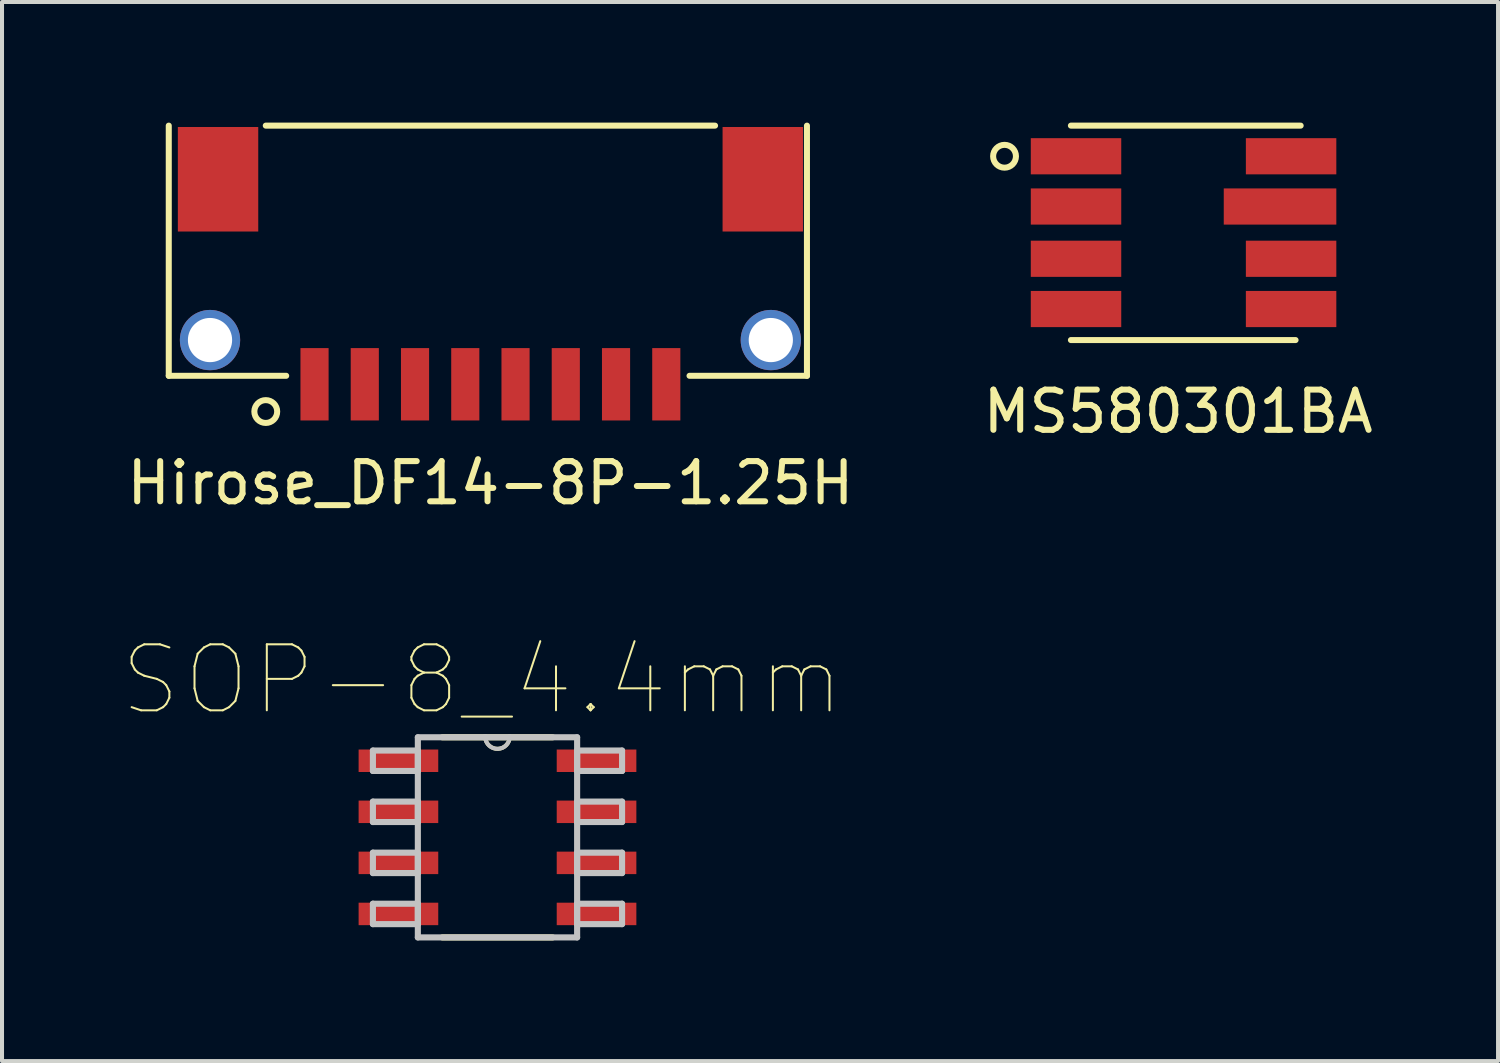
<source format=kicad_pcb>
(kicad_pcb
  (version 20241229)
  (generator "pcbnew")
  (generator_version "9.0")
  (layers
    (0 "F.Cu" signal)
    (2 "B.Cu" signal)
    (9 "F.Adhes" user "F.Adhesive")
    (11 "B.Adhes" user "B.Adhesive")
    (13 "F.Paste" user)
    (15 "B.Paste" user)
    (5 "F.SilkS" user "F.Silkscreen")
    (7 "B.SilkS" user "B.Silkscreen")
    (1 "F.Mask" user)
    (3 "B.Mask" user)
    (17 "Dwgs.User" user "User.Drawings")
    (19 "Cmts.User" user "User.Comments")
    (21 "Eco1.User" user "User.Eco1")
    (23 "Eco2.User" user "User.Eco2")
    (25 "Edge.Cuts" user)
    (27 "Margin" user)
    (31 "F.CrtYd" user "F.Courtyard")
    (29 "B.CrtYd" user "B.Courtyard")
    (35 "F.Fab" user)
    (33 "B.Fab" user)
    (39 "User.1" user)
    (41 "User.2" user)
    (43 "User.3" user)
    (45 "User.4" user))
  (footprint "Hirose_DF14-8P-1.25H"
    (layer "F.Cu")
    (at 9.149 5.409)
    (property "Reference" "Hirose_DF14-8P-1.25H" (at 0 3.556 0) (layer "F.SilkS") (effects (font (size 1 1) (thickness 0.15))))
    (attr through_hole)
    (fp_line (start -8.001 0.889) (end -8.001 -5.334) (stroke (width 0.15) (type solid)) (layer "F.SilkS"))
    (fp_line (start -8.001 0.889) (end -5.08 0.889) (stroke (width 0.15) (type solid)) (layer "F.SilkS"))
    (fp_line (start -5.588 -5.334) (end 5.588 -5.334) (stroke (width 0.15) (type solid)) (layer "F.SilkS"))
    (fp_line (start 4.953 0.889) (end 7.874 0.889) (stroke (width 0.15) (type solid)) (layer "F.SilkS"))
    (fp_line (start 7.874 0.889) (end 7.874 -5.334) (stroke (width 0.15) (type solid)) (layer "F.SilkS"))
    (fp_circle (center -5.588 1.778) (end -5.461 2.032) (stroke (width 0.15) (type solid)) (fill no) (layer "F.SilkS"))
    (pad "1" smd rect (at -4.375 1.1) (size 0.7 1.8) (layers "F.Cu" "F.Mask" "F.Paste"))
    (pad "2" smd rect (at -3.125 1.1) (size 0.7 1.8) (layers "F.Cu" "F.Mask" "F.Paste"))
    (pad "3" smd rect (at -1.875 1.1) (size 0.7 1.8) (layers "F.Cu" "F.Mask" "F.Paste"))
    (pad "4" smd rect (at -0.625 1.1) (size 0.7 1.8) (layers "F.Cu" "F.Mask" "F.Paste"))
    (pad "5" smd rect (at 0.625 1.1) (size 0.7 1.8) (layers "F.Cu" "F.Mask" "F.Paste"))
    (pad "6" smd rect (at 1.875 1.1) (size 0.7 1.8) (layers "F.Cu" "F.Mask" "F.Paste"))
    (pad "7" smd rect (at 3.125 1.1) (size 0.7 1.8) (layers "F.Cu" "F.Mask" "F.Paste"))
    (pad "8" smd rect (at 4.375 1.1) (size 0.7 1.8) (layers "F.Cu" "F.Mask" "F.Paste"))
    (pad "~" thru_hole circle (at -6.975 0) (size 1.5 1.5) (drill 1.1) (layers "*.Cu" "*.Mask"))
    (pad "~" smd rect (at -6.775 -4) (size 2 2.6) (layers "F.Cu" "F.Mask" "F.Paste"))
    (pad "~" smd rect (at 6.775 -4) (size 2 2.6) (layers "F.Cu" "F.Mask" "F.Paste"))
    (pad "~" thru_hole circle (at 6.975 0) (size 1.5 1.5) (drill 1.1) (layers "*.Cu" "*.Mask")))
  (footprint "MS580301BA"
    (layer "F.Cu")
    (at 23.716 0.837)
    (property "Reference" "MS580301BA" (at 2.54 6.35 0) (layer "F.SilkS") (effects (font (size 1 1) (thickness 0.15))))
    (attr through_hole)
    (fp_line (start -0.127 -0.762) (end 5.588 -0.762) (stroke (width 0.15) (type solid)) (layer "F.SilkS"))
    (fp_line (start -0.127 4.572) (end 5.461 4.572) (stroke (width 0.15) (type solid)) (layer "F.SilkS"))
    (fp_circle (center -1.778 0) (end -1.651 0.254) (stroke (width 0.15) (type solid)) (fill no) (layer "F.SilkS"))
    (pad "1" smd rect (at 0 0) (size 2.25 0.9) (layers "F.Cu" "F.Mask" "F.Paste"))
    (pad "2" smd rect (at 0 1.25) (size 2.25 0.9) (layers "F.Cu" "F.Mask" "F.Paste"))
    (pad "3" smd rect (at 0 2.55) (size 2.25 0.9) (layers "F.Cu" "F.Mask" "F.Paste"))
    (pad "4" smd rect (at 0 3.8) (size 2.25 0.9) (layers "F.Cu" "F.Mask" "F.Paste"))
    (pad "5" smd rect (at 5.35 3.8) (size 2.25 0.9) (layers "F.Cu" "F.Mask" "F.Paste"))
    (pad "6" smd rect (at 5.35 2.55) (size 2.25 0.9) (layers "F.Cu" "F.Mask" "F.Paste"))
    (pad "7" smd rect (at 5.075 1.25) (size 2.8 0.9) (layers "F.Cu" "F.Mask" "F.Paste"))
    (pad "8" smd rect (at 5.35 0) (size 2.25 0.9) (layers "F.Cu" "F.Mask" "F.Paste")))
  (footprint "SOP-8_4.4mm"
    (layer "F.Cu")
    (at 9.325 17.779)
    (property "Reference" "SOP-8_4.4mm" (at -0.382 -3.917 0) (layer "F.SilkS") (effects (font (size 1.642 1.642) (thickness 0.05))))
    (attr smd)
    (fp_line (start -1.372 2.489) (end 1.372 2.489) (stroke (width 0.152) (type solid)) (layer "F.SilkS"))
    (fp_line (start -0.305 -2.489) (end -1.372 -2.489) (stroke (width 0.152) (type solid)) (layer "F.SilkS"))
    (fp_line (start 1.372 -2.489) (end -0.305 -2.489) (stroke (width 0.152) (type solid)) (layer "F.SilkS"))
    (fp_arc (start 0.3048 -2.5146) (mid 0.0127 -2.1971) (end -0.3048 -2.4892) (stroke (width 0.1) (type solid)) (layer "F.SilkS"))
    (fp_line (start -3.099 -2.159) (end -3.099 -1.651) (stroke (width 0.152) (type solid)) (layer "Dwgs.User"))
    (fp_line (start -3.099 -1.651) (end -1.981 -1.651) (stroke (width 0.152) (type solid)) (layer "Dwgs.User"))
    (fp_line (start -3.099 -0.889) (end -3.099 -0.381) (stroke (width 0.152) (type solid)) (layer "Dwgs.User"))
    (fp_line (start -3.099 -0.381) (end -1.981 -0.381) (stroke (width 0.152) (type solid)) (layer "Dwgs.User"))
    (fp_line (start -3.099 0.381) (end -3.099 0.889) (stroke (width 0.152) (type solid)) (layer "Dwgs.User"))
    (fp_line (start -3.099 0.889) (end -1.981 0.889) (stroke (width 0.152) (type solid)) (layer "Dwgs.User"))
    (fp_line (start -3.099 1.651) (end -3.099 2.159) (stroke (width 0.152) (type solid)) (layer "Dwgs.User"))
    (fp_line (start -3.099 2.159) (end -1.981 2.159) (stroke (width 0.152) (type solid)) (layer "Dwgs.User"))
    (fp_line (start -1.981 -2.489) (end -1.981 2.489) (stroke (width 0.152) (type solid)) (layer "Dwgs.User"))
    (fp_line (start -1.981 -2.159) (end -3.099 -2.159) (stroke (width 0.152) (type solid)) (layer "Dwgs.User"))
    (fp_line (start -1.981 -1.651) (end -1.981 -2.159) (stroke (width 0.152) (type solid)) (layer "Dwgs.User"))
    (fp_line (start -1.981 -0.889) (end -3.099 -0.889) (stroke (width 0.152) (type solid)) (layer "Dwgs.User"))
    (fp_line (start -1.981 -0.381) (end -1.981 -0.889) (stroke (width 0.152) (type solid)) (layer "Dwgs.User"))
    (fp_line (start -1.981 0.381) (end -3.099 0.381) (stroke (width 0.152) (type solid)) (layer "Dwgs.User"))
    (fp_line (start -1.981 0.889) (end -1.981 0.381) (stroke (width 0.152) (type solid)) (layer "Dwgs.User"))
    (fp_line (start -1.981 1.651) (end -3.099 1.651) (stroke (width 0.152) (type solid)) (layer "Dwgs.User"))
    (fp_line (start -1.981 2.159) (end -1.981 1.651) (stroke (width 0.152) (type solid)) (layer "Dwgs.User"))
    (fp_line (start -1.981 2.489) (end 1.981 2.489) (stroke (width 0.152) (type solid)) (layer "Dwgs.User"))
    (fp_line (start -0.305 -2.489) (end -1.981 -2.489) (stroke (width 0.152) (type solid)) (layer "Dwgs.User"))
    (fp_line (start 1.981 -2.489) (end -0.305 -2.489) (stroke (width 0.152) (type solid)) (layer "Dwgs.User"))
    (fp_line (start 1.981 -2.159) (end 1.981 -1.651) (stroke (width 0.152) (type solid)) (layer "Dwgs.User"))
    (fp_line (start 1.981 -1.651) (end 3.099 -1.651) (stroke (width 0.152) (type solid)) (layer "Dwgs.User"))
    (fp_line (start 1.981 -0.889) (end 1.981 -0.381) (stroke (width 0.152) (type solid)) (layer "Dwgs.User"))
    (fp_line (start 1.981 -0.381) (end 3.099 -0.381) (stroke (width 0.152) (type solid)) (layer "Dwgs.User"))
    (fp_line (start 1.981 0.381) (end 1.981 0.889) (stroke (width 0.152) (type solid)) (layer "Dwgs.User"))
    (fp_line (start 1.981 0.889) (end 3.099 0.889) (stroke (width 0.152) (type solid)) (layer "Dwgs.User"))
    (fp_line (start 1.981 1.651) (end 1.981 2.159) (stroke (width 0.152) (type solid)) (layer "Dwgs.User"))
    (fp_line (start 1.981 2.159) (end 3.099 2.159) (stroke (width 0.152) (type solid)) (layer "Dwgs.User"))
    (fp_line (start 1.981 2.489) (end 1.981 -2.489) (stroke (width 0.152) (type solid)) (layer "Dwgs.User"))
    (fp_line (start 3.099 -2.159) (end 1.981 -2.159) (stroke (width 0.152) (type solid)) (layer "Dwgs.User"))
    (fp_line (start 3.099 -1.651) (end 3.099 -2.159) (stroke (width 0.152) (type solid)) (layer "Dwgs.User"))
    (fp_line (start 3.099 -0.889) (end 1.981 -0.889) (stroke (width 0.152) (type solid)) (layer "Dwgs.User"))
    (fp_line (start 3.099 -0.381) (end 3.099 -0.889) (stroke (width 0.152) (type solid)) (layer "Dwgs.User"))
    (fp_line (start 3.099 0.381) (end 1.981 0.381) (stroke (width 0.152) (type solid)) (layer "Dwgs.User"))
    (fp_line (start 3.099 0.889) (end 3.099 0.381) (stroke (width 0.152) (type solid)) (layer "Dwgs.User"))
    (fp_line (start 3.099 1.651) (end 1.981 1.651) (stroke (width 0.152) (type solid)) (layer "Dwgs.User"))
    (fp_line (start 3.099 2.159) (end 3.099 1.651) (stroke (width 0.152) (type solid)) (layer "Dwgs.User"))
    (fp_arc (start 0.3048 -2.5146) (mid 0.0127 -2.1971) (end -0.3048 -2.4892) (stroke (width 0.1) (type solid)) (layer "Dwgs.User"))
    (pad "1" smd rect (at -2.464 -1.905) (size 1.981 0.559) (layers "F.Cu" "F.Mask" "F.Paste"))
    (pad "2" smd rect (at -2.464 -0.635) (size 1.981 0.559) (layers "F.Cu" "F.Mask" "F.Paste"))
    (pad "3" smd rect (at -2.464 0.635) (size 1.981 0.559) (layers "F.Cu" "F.Mask" "F.Paste"))
    (pad "4" smd rect (at -2.464 1.905) (size 1.981 0.559) (layers "F.Cu" "F.Mask" "F.Paste"))
    (pad "5" smd rect (at 2.464 1.905) (size 1.981 0.559) (layers "F.Cu" "F.Mask" "F.Paste"))
    (pad "6" smd rect (at 2.464 0.635) (size 1.981 0.559) (layers "F.Cu" "F.Mask" "F.Paste"))
    (pad "7" smd rect (at 2.464 -0.635) (size 1.981 0.559) (layers "F.Cu" "F.Mask" "F.Paste"))
    (pad "8" smd rect (at 2.464 -1.905) (size 1.981 0.559) (layers "F.Cu" "F.Mask" "F.Paste")))
  (gr_rect
    (start -3 -3)
    (end 34.214 23.344)
    (stroke (width 0.1) (type default))
    (fill no)
    (layer "Edge.Cuts")))
</source>
